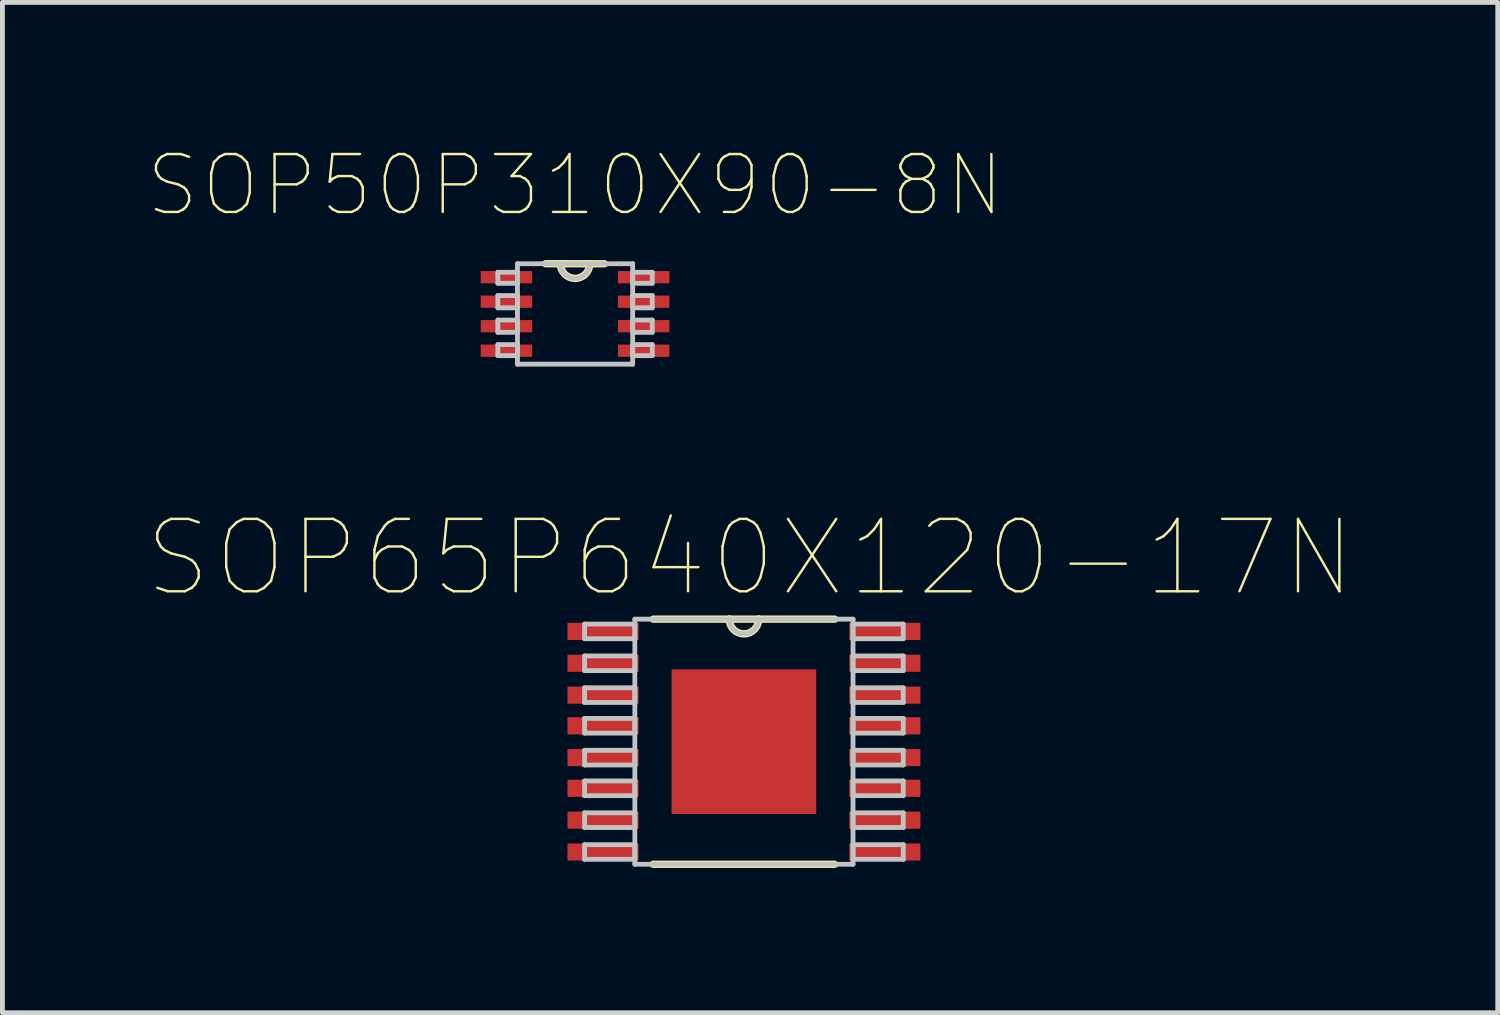
<source format=kicad_pcb>
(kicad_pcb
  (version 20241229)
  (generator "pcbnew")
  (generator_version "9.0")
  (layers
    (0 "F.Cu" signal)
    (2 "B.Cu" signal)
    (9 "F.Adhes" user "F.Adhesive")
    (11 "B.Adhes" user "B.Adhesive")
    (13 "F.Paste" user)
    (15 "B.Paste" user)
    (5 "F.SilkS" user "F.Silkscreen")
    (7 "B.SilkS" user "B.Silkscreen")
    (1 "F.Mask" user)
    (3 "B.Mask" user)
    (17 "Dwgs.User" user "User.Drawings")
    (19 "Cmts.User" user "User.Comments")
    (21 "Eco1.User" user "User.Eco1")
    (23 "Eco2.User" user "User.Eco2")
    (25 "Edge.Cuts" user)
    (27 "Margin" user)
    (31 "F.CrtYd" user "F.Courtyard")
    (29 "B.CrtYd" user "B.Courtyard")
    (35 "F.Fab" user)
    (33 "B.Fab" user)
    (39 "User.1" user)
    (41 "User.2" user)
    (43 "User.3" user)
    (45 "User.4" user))
  (footprint "SOP50P310X90-8N"
    (layer "F.Cu")
    (at 8.869 3.457)
    (property "Reference" "SOP50P310X90-8N" (at 0 -2.667 0) (layer "F.SilkS") (effects (font (size 1.2 1.2) (thickness 0.05))))
    (attr smd)
    (fp_line (start -0.305 -1.041) (end -0.61 -1.041) (stroke (width 0.152) (type solid)) (layer "F.SilkS"))
    (fp_line (start 0.305 -1.041) (end -0.305 -1.041) (stroke (width 0.152) (type solid)) (layer "F.SilkS"))
    (fp_line (start 0.61 -1.041) (end 0.305 -1.041) (stroke (width 0.152) (type solid)) (layer "F.SilkS"))
    (fp_arc (start 0.3048 -1.0414) (mid 0 -0.7366) (end -0.3048 -1.0414) (stroke (width 0.1524) (type solid)) (layer "F.SilkS"))
    (fp_line (start -1.6 -0.864) (end -1.6 -0.635) (stroke (width 0.1) (type solid)) (layer "Dwgs.User"))
    (fp_line (start -1.6 -0.635) (end -1.194 -0.635) (stroke (width 0.1) (type solid)) (layer "Dwgs.User"))
    (fp_line (start -1.6 -0.381) (end -1.6 -0.127) (stroke (width 0.1) (type solid)) (layer "Dwgs.User"))
    (fp_line (start -1.6 -0.127) (end -1.194 -0.127) (stroke (width 0.1) (type solid)) (layer "Dwgs.User"))
    (fp_line (start -1.6 0.127) (end -1.6 0.381) (stroke (width 0.1) (type solid)) (layer "Dwgs.User"))
    (fp_line (start -1.6 0.381) (end -1.194 0.381) (stroke (width 0.1) (type solid)) (layer "Dwgs.User"))
    (fp_line (start -1.6 0.635) (end -1.6 0.864) (stroke (width 0.1) (type solid)) (layer "Dwgs.User"))
    (fp_line (start -1.6 0.864) (end -1.194 0.864) (stroke (width 0.1) (type solid)) (layer "Dwgs.User"))
    (fp_line (start -1.194 -1.041) (end -1.194 1.041) (stroke (width 0.1) (type solid)) (layer "Dwgs.User"))
    (fp_line (start -1.194 -0.864) (end -1.6 -0.864) (stroke (width 0.1) (type solid)) (layer "Dwgs.User"))
    (fp_line (start -1.194 -0.635) (end -1.194 -0.864) (stroke (width 0.1) (type solid)) (layer "Dwgs.User"))
    (fp_line (start -1.194 -0.381) (end -1.6 -0.381) (stroke (width 0.1) (type solid)) (layer "Dwgs.User"))
    (fp_line (start -1.194 -0.127) (end -1.194 -0.381) (stroke (width 0.1) (type solid)) (layer "Dwgs.User"))
    (fp_line (start -1.194 0.127) (end -1.6 0.127) (stroke (width 0.1) (type solid)) (layer "Dwgs.User"))
    (fp_line (start -1.194 0.381) (end -1.194 0.127) (stroke (width 0.1) (type solid)) (layer "Dwgs.User"))
    (fp_line (start -1.194 0.635) (end -1.6 0.635) (stroke (width 0.1) (type solid)) (layer "Dwgs.User"))
    (fp_line (start -1.194 0.864) (end -1.194 0.635) (stroke (width 0.1) (type solid)) (layer "Dwgs.User"))
    (fp_line (start -1.194 1.041) (end 1.194 1.041) (stroke (width 0.1) (type solid)) (layer "Dwgs.User"))
    (fp_line (start -0.305 -1.041) (end -1.194 -1.041) (stroke (width 0.1) (type solid)) (layer "Dwgs.User"))
    (fp_line (start 0.305 -1.041) (end -0.305 -1.041) (stroke (width 0.1) (type solid)) (layer "Dwgs.User"))
    (fp_line (start 1.194 -1.041) (end 0.305 -1.041) (stroke (width 0.1) (type solid)) (layer "Dwgs.User"))
    (fp_line (start 1.194 -0.864) (end 1.194 -0.635) (stroke (width 0.1) (type solid)) (layer "Dwgs.User"))
    (fp_line (start 1.194 -0.635) (end 1.6 -0.635) (stroke (width 0.1) (type solid)) (layer "Dwgs.User"))
    (fp_line (start 1.194 -0.381) (end 1.194 -0.127) (stroke (width 0.1) (type solid)) (layer "Dwgs.User"))
    (fp_line (start 1.194 -0.127) (end 1.6 -0.127) (stroke (width 0.1) (type solid)) (layer "Dwgs.User"))
    (fp_line (start 1.194 0.127) (end 1.194 0.381) (stroke (width 0.1) (type solid)) (layer "Dwgs.User"))
    (fp_line (start 1.194 0.381) (end 1.6 0.381) (stroke (width 0.1) (type solid)) (layer "Dwgs.User"))
    (fp_line (start 1.194 0.635) (end 1.194 0.864) (stroke (width 0.1) (type solid)) (layer "Dwgs.User"))
    (fp_line (start 1.194 0.864) (end 1.6 0.864) (stroke (width 0.1) (type solid)) (layer "Dwgs.User"))
    (fp_line (start 1.194 1.041) (end 1.194 -1.041) (stroke (width 0.1) (type solid)) (layer "Dwgs.User"))
    (fp_line (start 1.6 -0.864) (end 1.194 -0.864) (stroke (width 0.1) (type solid)) (layer "Dwgs.User"))
    (fp_line (start 1.6 -0.635) (end 1.6 -0.864) (stroke (width 0.1) (type solid)) (layer "Dwgs.User"))
    (fp_line (start 1.6 -0.381) (end 1.194 -0.381) (stroke (width 0.1) (type solid)) (layer "Dwgs.User"))
    (fp_line (start 1.6 -0.127) (end 1.6 -0.381) (stroke (width 0.1) (type solid)) (layer "Dwgs.User"))
    (fp_line (start 1.6 0.127) (end 1.194 0.127) (stroke (width 0.1) (type solid)) (layer "Dwgs.User"))
    (fp_line (start 1.6 0.381) (end 1.6 0.127) (stroke (width 0.1) (type solid)) (layer "Dwgs.User"))
    (fp_line (start 1.6 0.635) (end 1.194 0.635) (stroke (width 0.1) (type solid)) (layer "Dwgs.User"))
    (fp_line (start 1.6 0.864) (end 1.6 0.635) (stroke (width 0.1) (type solid)) (layer "Dwgs.User"))
    (fp_arc (start 0.3048 -1.0414) (mid 0 -0.7366) (end -0.3048 -1.0414) (stroke (width 0.1) (type solid)) (layer "Dwgs.User"))
    (pad "1" smd rect (at -1.422 -0.762) (size 1.067 0.254) (layers "F.Cu" "F.Mask" "F.Paste"))
    (pad "2" smd rect (at -1.422 -0.254) (size 1.067 0.254) (layers "F.Cu" "F.Mask" "F.Paste"))
    (pad "3" smd rect (at -1.422 0.254) (size 1.067 0.254) (layers "F.Cu" "F.Mask" "F.Paste"))
    (pad "4" smd rect (at -1.422 0.762) (size 1.067 0.254) (layers "F.Cu" "F.Mask" "F.Paste"))
    (pad "5" smd rect (at 1.422 0.762) (size 1.067 0.254) (layers "F.Cu" "F.Mask" "F.Paste"))
    (pad "6" smd rect (at 1.422 0.254) (size 1.067 0.254) (layers "F.Cu" "F.Mask" "F.Paste"))
    (pad "7" smd rect (at 1.422 -0.254) (size 1.067 0.254) (layers "F.Cu" "F.Mask" "F.Paste"))
    (pad "8" smd rect (at 1.422 -0.762) (size 1.067 0.254) (layers "F.Cu" "F.Mask" "F.Paste")))
  (footprint "SOP65P640X120-17N"
    (layer "F.Cu")
    (at 12.369 12.323)
    (property "Reference" "SOP65P640X120-17N" (at 0.127 -3.81 0) (layer "F.SilkS") (effects (font (size 1.5 1.5) (thickness 0.05))))
    (attr smd)
    (fp_line (start -1.88 2.54) (end 1.88 2.54) (stroke (width 0.152) (type solid)) (layer "F.SilkS"))
    (fp_line (start -0.305 -2.54) (end -1.88 -2.54) (stroke (width 0.152) (type solid)) (layer "F.SilkS"))
    (fp_line (start 0.305 -2.54) (end -0.305 -2.54) (stroke (width 0.152) (type solid)) (layer "F.SilkS"))
    (fp_line (start 1.88 -2.54) (end 0.305 -2.54) (stroke (width 0.152) (type solid)) (layer "F.SilkS"))
    (fp_arc (start 0.3048 -2.54) (mid 0 -2.2352) (end -0.3048 -2.54) (stroke (width 0.1524) (type solid)) (layer "F.SilkS"))
    (fp_line (start -3.302 -2.438) (end -3.302 -2.134) (stroke (width 0.1) (type solid)) (layer "Dwgs.User"))
    (fp_line (start -3.302 -2.134) (end -2.261 -2.134) (stroke (width 0.1) (type solid)) (layer "Dwgs.User"))
    (fp_line (start -3.302 -1.778) (end -3.302 -1.473) (stroke (width 0.1) (type solid)) (layer "Dwgs.User"))
    (fp_line (start -3.302 -1.473) (end -2.261 -1.473) (stroke (width 0.1) (type solid)) (layer "Dwgs.User"))
    (fp_line (start -3.302 -1.118) (end -3.302 -0.813) (stroke (width 0.1) (type solid)) (layer "Dwgs.User"))
    (fp_line (start -3.302 -0.813) (end -2.261 -0.813) (stroke (width 0.1) (type solid)) (layer "Dwgs.User"))
    (fp_line (start -3.302 -0.483) (end -3.302 -0.178) (stroke (width 0.1) (type solid)) (layer "Dwgs.User"))
    (fp_line (start -3.302 -0.178) (end -2.261 -0.178) (stroke (width 0.1) (type solid)) (layer "Dwgs.User"))
    (fp_line (start -3.302 0.178) (end -3.302 0.483) (stroke (width 0.1) (type solid)) (layer "Dwgs.User"))
    (fp_line (start -3.302 0.483) (end -2.261 0.483) (stroke (width 0.1) (type solid)) (layer "Dwgs.User"))
    (fp_line (start -3.302 0.813) (end -3.302 1.118) (stroke (width 0.1) (type solid)) (layer "Dwgs.User"))
    (fp_line (start -3.302 1.118) (end -2.261 1.118) (stroke (width 0.1) (type solid)) (layer "Dwgs.User"))
    (fp_line (start -3.302 1.473) (end -3.302 1.778) (stroke (width 0.1) (type solid)) (layer "Dwgs.User"))
    (fp_line (start -3.302 1.778) (end -2.261 1.778) (stroke (width 0.1) (type solid)) (layer "Dwgs.User"))
    (fp_line (start -3.302 2.134) (end -3.302 2.438) (stroke (width 0.1) (type solid)) (layer "Dwgs.User"))
    (fp_line (start -3.302 2.438) (end -2.261 2.438) (stroke (width 0.1) (type solid)) (layer "Dwgs.User"))
    (fp_line (start -2.261 -2.54) (end -2.261 2.54) (stroke (width 0.1) (type solid)) (layer "Dwgs.User"))
    (fp_line (start -2.261 -2.438) (end -3.302 -2.438) (stroke (width 0.1) (type solid)) (layer "Dwgs.User"))
    (fp_line (start -2.261 -2.134) (end -2.261 -2.438) (stroke (width 0.1) (type solid)) (layer "Dwgs.User"))
    (fp_line (start -2.261 -1.778) (end -3.302 -1.778) (stroke (width 0.1) (type solid)) (layer "Dwgs.User"))
    (fp_line (start -2.261 -1.473) (end -2.261 -1.778) (stroke (width 0.1) (type solid)) (layer "Dwgs.User"))
    (fp_line (start -2.261 -1.118) (end -3.302 -1.118) (stroke (width 0.1) (type solid)) (layer "Dwgs.User"))
    (fp_line (start -2.261 -0.813) (end -2.261 -1.118) (stroke (width 0.1) (type solid)) (layer "Dwgs.User"))
    (fp_line (start -2.261 -0.483) (end -3.302 -0.483) (stroke (width 0.1) (type solid)) (layer "Dwgs.User"))
    (fp_line (start -2.261 -0.178) (end -2.261 -0.483) (stroke (width 0.1) (type solid)) (layer "Dwgs.User"))
    (fp_line (start -2.261 0.178) (end -3.302 0.178) (stroke (width 0.1) (type solid)) (layer "Dwgs.User"))
    (fp_line (start -2.261 0.483) (end -2.261 0.178) (stroke (width 0.1) (type solid)) (layer "Dwgs.User"))
    (fp_line (start -2.261 0.813) (end -3.302 0.813) (stroke (width 0.1) (type solid)) (layer "Dwgs.User"))
    (fp_line (start -2.261 1.118) (end -2.261 0.813) (stroke (width 0.1) (type solid)) (layer "Dwgs.User"))
    (fp_line (start -2.261 1.473) (end -3.302 1.473) (stroke (width 0.1) (type solid)) (layer "Dwgs.User"))
    (fp_line (start -2.261 1.778) (end -2.261 1.473) (stroke (width 0.1) (type solid)) (layer "Dwgs.User"))
    (fp_line (start -2.261 2.134) (end -3.302 2.134) (stroke (width 0.1) (type solid)) (layer "Dwgs.User"))
    (fp_line (start -2.261 2.438) (end -2.261 2.134) (stroke (width 0.1) (type solid)) (layer "Dwgs.User"))
    (fp_line (start -2.261 2.54) (end 2.261 2.54) (stroke (width 0.1) (type solid)) (layer "Dwgs.User"))
    (fp_line (start -0.305 -2.54) (end -2.261 -2.54) (stroke (width 0.1) (type solid)) (layer "Dwgs.User"))
    (fp_line (start 0.305 -2.54) (end -0.305 -2.54) (stroke (width 0.1) (type solid)) (layer "Dwgs.User"))
    (fp_line (start 2.261 -2.54) (end 0.305 -2.54) (stroke (width 0.1) (type solid)) (layer "Dwgs.User"))
    (fp_line (start 2.261 -2.438) (end 2.261 -2.134) (stroke (width 0.1) (type solid)) (layer "Dwgs.User"))
    (fp_line (start 2.261 -2.134) (end 3.302 -2.134) (stroke (width 0.1) (type solid)) (layer "Dwgs.User"))
    (fp_line (start 2.261 -1.778) (end 2.261 -1.473) (stroke (width 0.1) (type solid)) (layer "Dwgs.User"))
    (fp_line (start 2.261 -1.473) (end 3.302 -1.473) (stroke (width 0.1) (type solid)) (layer "Dwgs.User"))
    (fp_line (start 2.261 -1.118) (end 2.261 -0.813) (stroke (width 0.1) (type solid)) (layer "Dwgs.User"))
    (fp_line (start 2.261 -0.813) (end 3.302 -0.813) (stroke (width 0.1) (type solid)) (layer "Dwgs.User"))
    (fp_line (start 2.261 -0.483) (end 2.261 -0.178) (stroke (width 0.1) (type solid)) (layer "Dwgs.User"))
    (fp_line (start 2.261 -0.178) (end 3.302 -0.178) (stroke (width 0.1) (type solid)) (layer "Dwgs.User"))
    (fp_line (start 2.261 0.178) (end 2.261 0.483) (stroke (width 0.1) (type solid)) (layer "Dwgs.User"))
    (fp_line (start 2.261 0.483) (end 3.302 0.483) (stroke (width 0.1) (type solid)) (layer "Dwgs.User"))
    (fp_line (start 2.261 0.813) (end 2.261 1.118) (stroke (width 0.1) (type solid)) (layer "Dwgs.User"))
    (fp_line (start 2.261 1.118) (end 3.302 1.118) (stroke (width 0.1) (type solid)) (layer "Dwgs.User"))
    (fp_line (start 2.261 1.473) (end 2.261 1.778) (stroke (width 0.1) (type solid)) (layer "Dwgs.User"))
    (fp_line (start 2.261 1.778) (end 3.302 1.778) (stroke (width 0.1) (type solid)) (layer "Dwgs.User"))
    (fp_line (start 2.261 2.134) (end 2.261 2.438) (stroke (width 0.1) (type solid)) (layer "Dwgs.User"))
    (fp_line (start 2.261 2.438) (end 3.302 2.438) (stroke (width 0.1) (type solid)) (layer "Dwgs.User"))
    (fp_line (start 2.261 2.54) (end 2.261 -2.54) (stroke (width 0.1) (type solid)) (layer "Dwgs.User"))
    (fp_line (start 3.302 -2.438) (end 2.261 -2.438) (stroke (width 0.1) (type solid)) (layer "Dwgs.User"))
    (fp_line (start 3.302 -2.134) (end 3.302 -2.438) (stroke (width 0.1) (type solid)) (layer "Dwgs.User"))
    (fp_line (start 3.302 -1.778) (end 2.261 -1.778) (stroke (width 0.1) (type solid)) (layer "Dwgs.User"))
    (fp_line (start 3.302 -1.473) (end 3.302 -1.778) (stroke (width 0.1) (type solid)) (layer "Dwgs.User"))
    (fp_line (start 3.302 -1.118) (end 2.261 -1.118) (stroke (width 0.1) (type solid)) (layer "Dwgs.User"))
    (fp_line (start 3.302 -0.813) (end 3.302 -1.118) (stroke (width 0.1) (type solid)) (layer "Dwgs.User"))
    (fp_line (start 3.302 -0.483) (end 2.261 -0.483) (stroke (width 0.1) (type solid)) (layer "Dwgs.User"))
    (fp_line (start 3.302 -0.178) (end 3.302 -0.483) (stroke (width 0.1) (type solid)) (layer "Dwgs.User"))
    (fp_line (start 3.302 0.178) (end 2.261 0.178) (stroke (width 0.1) (type solid)) (layer "Dwgs.User"))
    (fp_line (start 3.302 0.483) (end 3.302 0.178) (stroke (width 0.1) (type solid)) (layer "Dwgs.User"))
    (fp_line (start 3.302 0.813) (end 2.261 0.813) (stroke (width 0.1) (type solid)) (layer "Dwgs.User"))
    (fp_line (start 3.302 1.118) (end 3.302 0.813) (stroke (width 0.1) (type solid)) (layer "Dwgs.User"))
    (fp_line (start 3.302 1.473) (end 2.261 1.473) (stroke (width 0.1) (type solid)) (layer "Dwgs.User"))
    (fp_line (start 3.302 1.778) (end 3.302 1.473) (stroke (width 0.1) (type solid)) (layer "Dwgs.User"))
    (fp_line (start 3.302 2.134) (end 2.261 2.134) (stroke (width 0.1) (type solid)) (layer "Dwgs.User"))
    (fp_line (start 3.302 2.438) (end 3.302 2.134) (stroke (width 0.1) (type solid)) (layer "Dwgs.User"))
    (fp_arc (start 0.3048 -2.54) (mid 0 -2.2352) (end -0.3048 -2.54) (stroke (width 0.1) (type solid)) (layer "Dwgs.User"))
    (pad "1" smd rect (at -2.921 -2.286) (size 1.473 0.356) (layers "F.Cu" "F.Mask" "F.Paste"))
    (pad "2" smd rect (at -2.921 -1.626) (size 1.473 0.356) (layers "F.Cu" "F.Mask" "F.Paste"))
    (pad "3" smd rect (at -2.921 -0.965) (size 1.473 0.356) (layers "F.Cu" "F.Mask" "F.Paste"))
    (pad "4" smd rect (at -2.921 -0.33) (size 1.473 0.356) (layers "F.Cu" "F.Mask" "F.Paste"))
    (pad "5" smd rect (at -2.921 0.33) (size 1.473 0.356) (layers "F.Cu" "F.Mask" "F.Paste"))
    (pad "6" smd rect (at -2.921 0.965) (size 1.473 0.356) (layers "F.Cu" "F.Mask" "F.Paste"))
    (pad "7" smd rect (at -2.921 1.626) (size 1.473 0.356) (layers "F.Cu" "F.Mask" "F.Paste"))
    (pad "8" smd rect (at -2.921 2.286) (size 1.473 0.356) (layers "F.Cu" "F.Mask" "F.Paste"))
    (pad "9" smd rect (at 2.921 2.286) (size 1.473 0.356) (layers "F.Cu" "F.Mask" "F.Paste"))
    (pad "10" smd rect (at 2.921 1.626) (size 1.473 0.356) (layers "F.Cu" "F.Mask" "F.Paste"))
    (pad "11" smd rect (at 2.921 0.965) (size 1.473 0.356) (layers "F.Cu" "F.Mask" "F.Paste"))
    (pad "12" smd rect (at 2.921 0.33) (size 1.473 0.356) (layers "F.Cu" "F.Mask" "F.Paste"))
    (pad "13" smd rect (at 2.921 -0.33) (size 1.473 0.356) (layers "F.Cu" "F.Mask" "F.Paste"))
    (pad "14" smd rect (at 2.921 -0.965) (size 1.473 0.356) (layers "F.Cu" "F.Mask" "F.Paste"))
    (pad "15" smd rect (at 2.921 -1.626) (size 1.473 0.356) (layers "F.Cu" "F.Mask" "F.Paste"))
    (pad "16" smd rect (at 2.921 -2.286) (size 1.473 0.356) (layers "F.Cu" "F.Mask" "F.Paste"))
    (pad "17" smd rect (at 0 0) (size 2.997 2.997) (layers "F.Cu" "F.Mask" "F.Paste")))
  (gr_rect
    (start -3 -3)
    (end 27.993 17.94)
    (stroke (width 0.1) (type default))
    (fill no)
    (layer "Edge.Cuts")))
</source>
